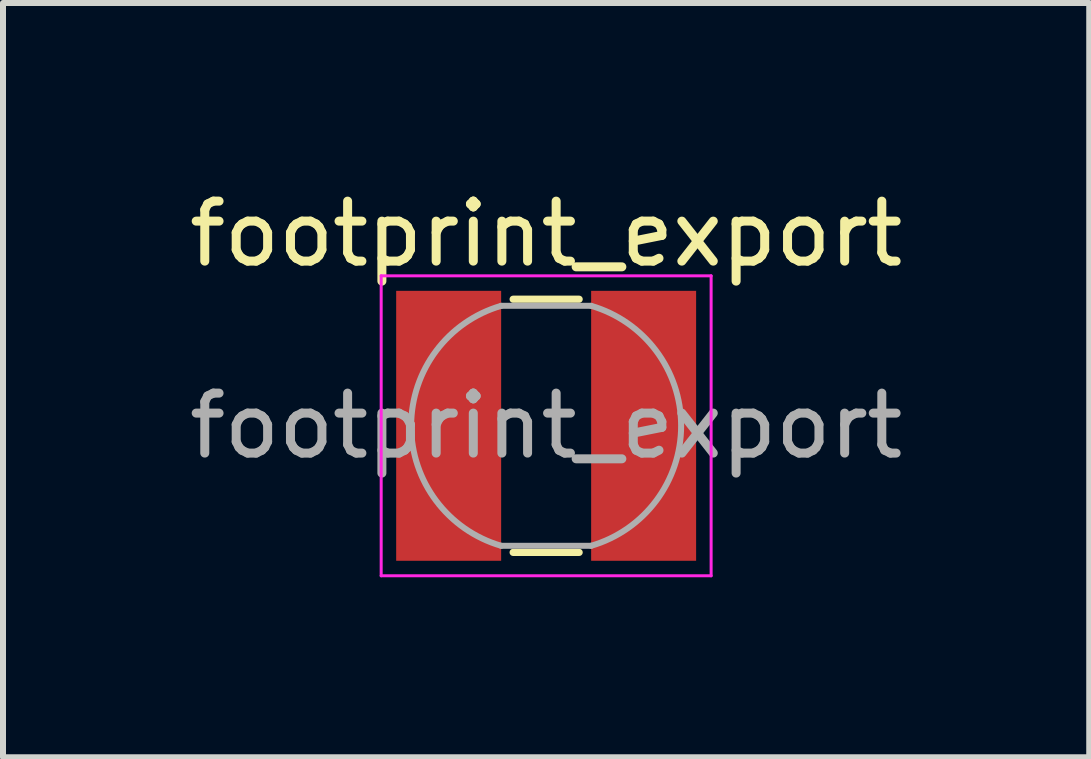
<source format=kicad_pcb>
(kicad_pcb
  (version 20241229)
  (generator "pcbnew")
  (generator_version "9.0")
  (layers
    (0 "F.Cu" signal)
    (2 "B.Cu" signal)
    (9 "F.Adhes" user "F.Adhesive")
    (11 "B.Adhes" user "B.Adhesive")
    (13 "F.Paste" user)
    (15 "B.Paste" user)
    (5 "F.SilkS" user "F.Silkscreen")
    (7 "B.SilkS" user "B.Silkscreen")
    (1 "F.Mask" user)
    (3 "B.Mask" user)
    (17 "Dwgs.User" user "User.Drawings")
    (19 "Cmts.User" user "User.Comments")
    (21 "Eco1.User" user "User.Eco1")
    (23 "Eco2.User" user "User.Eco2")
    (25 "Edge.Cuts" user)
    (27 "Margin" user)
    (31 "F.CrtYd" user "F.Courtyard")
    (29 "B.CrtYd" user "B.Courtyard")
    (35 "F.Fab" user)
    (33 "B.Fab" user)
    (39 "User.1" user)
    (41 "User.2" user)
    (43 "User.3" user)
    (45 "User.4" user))
  (footprint "footprint_export"
    (layer "F.Cu")
    (at 6.054 4.048)
    (property "Reference" "footprint_export" (at 0 -3.2 0) (layer "F.SilkS") (effects (font (size 1 1) (thickness 0.15))))
    (attr smd)
    (fp_line (start -0.55 -2.11) (end 0.55 -2.11) (stroke (width 0.12) (type solid)) (layer "F.SilkS"))
    (fp_line (start -0.55 2.11) (end 0.55 2.11) (stroke (width 0.12) (type solid)) (layer "F.SilkS"))
    (fp_line (start -2.75 -2.5) (end -2.75 2.5) (stroke (width 0.05) (type solid)) (layer "F.CrtYd"))
    (fp_line (start -2.75 2.5) (end 2.75 2.5) (stroke (width 0.05) (type solid)) (layer "F.CrtYd"))
    (fp_line (start 2.75 -2.5) (end -2.75 -2.5) (stroke (width 0.05) (type solid)) (layer "F.CrtYd"))
    (fp_line (start 2.75 2.5) (end 2.75 -2.5) (stroke (width 0.05) (type solid)) (layer "F.CrtYd"))
    (fp_line (start -0.75 -2) (end 0.75 -2) (stroke (width 0.1) (type solid)) (layer "F.Fab"))
    (fp_line (start -0.75 2) (end 0.75 2) (stroke (width 0.1) (type solid)) (layer "F.Fab"))
    (fp_arc (start -0.75 2) (mid -2.25 0) (end -0.75 -2) (stroke (width 0.1) (type solid)) (layer "F.Fab"))
    (fp_arc (start 0.75 -2) (mid 2.25 0) (end 0.75 2) (stroke (width 0.1) (type solid)) (layer "F.Fab"))
    (fp_text user "${REFERENCE}" (at 0 0 0) (layer "F.Fab") (effects (font (size 1 1) (thickness 0.15))))
    (pad "1" smd rect (at -1.625 0) (size 1.75 4.5) (layers "F.Cu" "F.Mask" "F.Paste"))
    (pad "2" smd rect (at 1.625 0) (size 1.75 4.5) (layers "F.Cu" "F.Mask" "F.Paste")))
  (gr_rect
    (start -3 -3)
    (end 15.107 9.573)
    (stroke (width 0.1) (type default))
    (fill no)
    (layer "Edge.Cuts")))
</source>
